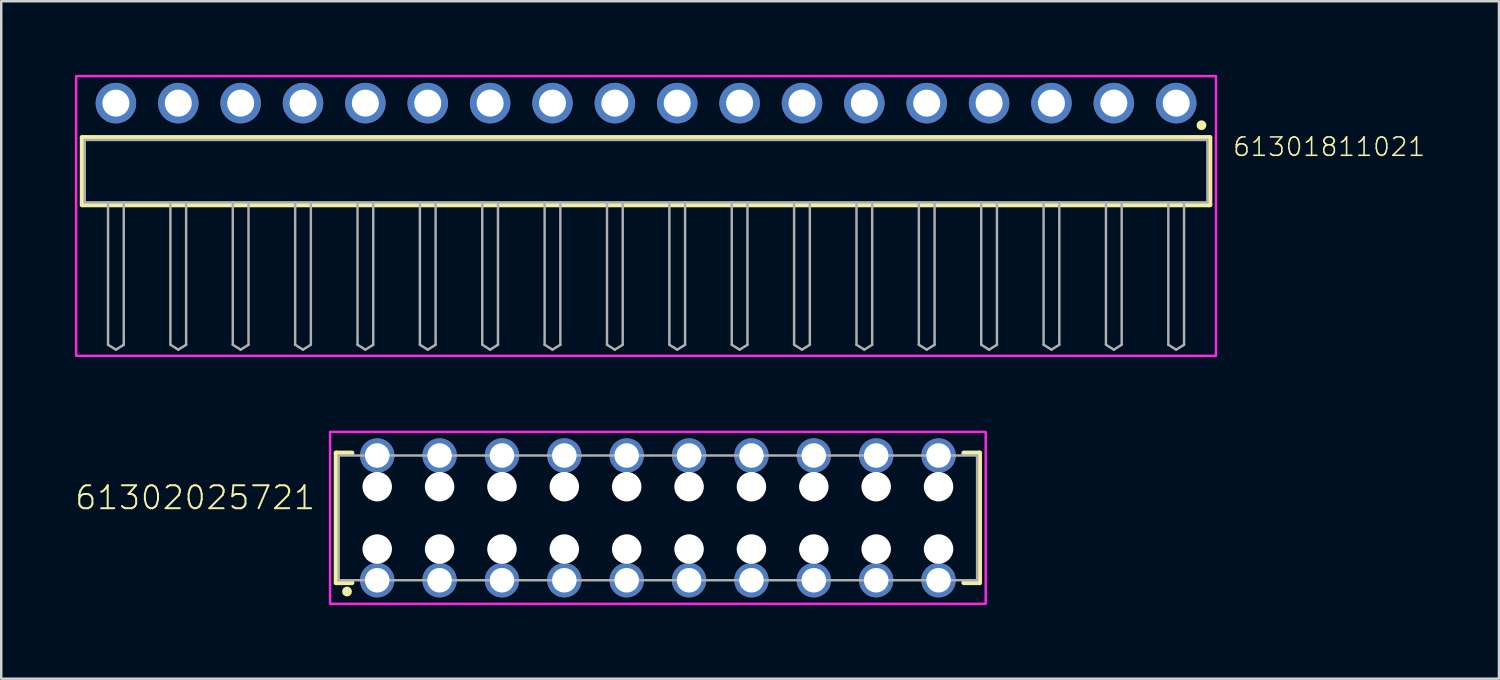
<source format=kicad_pcb>
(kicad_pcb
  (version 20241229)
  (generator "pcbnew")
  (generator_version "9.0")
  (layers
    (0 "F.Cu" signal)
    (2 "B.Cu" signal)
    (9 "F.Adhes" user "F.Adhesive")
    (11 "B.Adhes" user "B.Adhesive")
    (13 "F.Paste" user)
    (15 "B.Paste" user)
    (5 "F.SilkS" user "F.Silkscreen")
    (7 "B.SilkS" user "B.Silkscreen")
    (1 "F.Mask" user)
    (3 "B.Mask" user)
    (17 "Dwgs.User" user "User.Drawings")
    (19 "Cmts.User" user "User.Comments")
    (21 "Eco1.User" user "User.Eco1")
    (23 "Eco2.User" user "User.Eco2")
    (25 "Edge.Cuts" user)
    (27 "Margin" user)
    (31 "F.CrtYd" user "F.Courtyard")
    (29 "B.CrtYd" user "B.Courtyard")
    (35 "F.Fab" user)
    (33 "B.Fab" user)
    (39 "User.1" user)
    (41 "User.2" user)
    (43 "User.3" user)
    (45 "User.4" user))
  (footprint "61301811021"
    (layer "F.Cu")
    (at 23.26 3.92)
    (property "Reference" "61301811021" (at 23.855 -0.552 0) (unlocked yes) (layer "F.SilkS") (effects (font (size 0.748 0.748) (thickness 0.065)) (justify left bottom)))
    (fp_line (start -22.96 -1.37) (end 22.96 -1.37) (stroke (width 0.2) (type solid)) (layer "F.SilkS"))
    (fp_line (start -22.96 1.37) (end -22.96 -1.37) (stroke (width 0.2) (type solid)) (layer "F.SilkS"))
    (fp_line (start 22.96 -1.37) (end 22.96 1.37) (stroke (width 0.2) (type solid)) (layer "F.SilkS"))
    (fp_line (start 22.96 1.37) (end -22.96 1.37) (stroke (width 0.2) (type solid)) (layer "F.SilkS"))
    (fp_circle (center 22.62 -1.87) (end 22.72 -1.87) (stroke (width 0.2) (type solid)) (fill no) (layer "F.SilkS"))
    (fp_poly (pts (xy 23.21 7.52) (xy -23.21 7.52) (xy -23.21 -3.87) (xy 23.21 -3.87)) (stroke (width 0.1) (type default)) (fill no) (layer "F.CrtYd"))
    (fp_line (start -22.86 -1.27) (end 22.86 -1.27) (stroke (width 0.1) (type solid)) (layer "F.Fab"))
    (fp_line (start -22.86 1.27) (end -22.86 -1.27) (stroke (width 0.1) (type solid)) (layer "F.Fab"))
    (fp_line (start -21.91 1.27) (end -21.91 7.07) (stroke (width 0.1) (type solid)) (layer "F.Fab"))
    (fp_line (start -21.91 7.07) (end -21.59 7.27) (stroke (width 0.1) (type solid)) (layer "F.Fab"))
    (fp_line (start -21.59 7.27) (end -21.27 7.07) (stroke (width 0.1) (type solid)) (layer "F.Fab"))
    (fp_line (start -21.27 1.27) (end -21.27 7.07) (stroke (width 0.1) (type solid)) (layer "F.Fab"))
    (fp_line (start -19.37 1.27) (end -19.37 7.07) (stroke (width 0.1) (type solid)) (layer "F.Fab"))
    (fp_line (start -19.37 7.07) (end -19.05 7.27) (stroke (width 0.1) (type solid)) (layer "F.Fab"))
    (fp_line (start -19.05 7.27) (end -18.73 7.07) (stroke (width 0.1) (type solid)) (layer "F.Fab"))
    (fp_line (start -18.73 1.27) (end -18.73 7.07) (stroke (width 0.1) (type solid)) (layer "F.Fab"))
    (fp_line (start -16.83 1.27) (end -16.83 7.07) (stroke (width 0.1) (type solid)) (layer "F.Fab"))
    (fp_line (start -16.83 7.07) (end -16.51 7.27) (stroke (width 0.1) (type solid)) (layer "F.Fab"))
    (fp_line (start -16.51 7.27) (end -16.19 7.07) (stroke (width 0.1) (type solid)) (layer "F.Fab"))
    (fp_line (start -16.19 1.27) (end -16.19 7.07) (stroke (width 0.1) (type solid)) (layer "F.Fab"))
    (fp_line (start -14.29 1.27) (end -14.29 7.07) (stroke (width 0.1) (type solid)) (layer "F.Fab"))
    (fp_line (start -14.29 7.07) (end -13.97 7.27) (stroke (width 0.1) (type solid)) (layer "F.Fab"))
    (fp_line (start -13.97 7.27) (end -13.65 7.07) (stroke (width 0.1) (type solid)) (layer "F.Fab"))
    (fp_line (start -13.65 1.27) (end -13.65 7.07) (stroke (width 0.1) (type solid)) (layer "F.Fab"))
    (fp_line (start -11.75 1.27) (end -11.75 7.07) (stroke (width 0.1) (type solid)) (layer "F.Fab"))
    (fp_line (start -11.75 7.07) (end -11.43 7.27) (stroke (width 0.1) (type solid)) (layer "F.Fab"))
    (fp_line (start -11.43 7.27) (end -11.11 7.07) (stroke (width 0.1) (type solid)) (layer "F.Fab"))
    (fp_line (start -11.11 1.27) (end -11.11 7.07) (stroke (width 0.1) (type solid)) (layer "F.Fab"))
    (fp_line (start -9.21 1.27) (end -9.21 7.07) (stroke (width 0.1) (type solid)) (layer "F.Fab"))
    (fp_line (start -9.21 7.07) (end -8.89 7.27) (stroke (width 0.1) (type solid)) (layer "F.Fab"))
    (fp_line (start -8.89 7.27) (end -8.57 7.07) (stroke (width 0.1) (type solid)) (layer "F.Fab"))
    (fp_line (start -8.57 1.27) (end -8.57 7.07) (stroke (width 0.1) (type solid)) (layer "F.Fab"))
    (fp_line (start -6.67 1.27) (end -6.67 7.07) (stroke (width 0.1) (type solid)) (layer "F.Fab"))
    (fp_line (start -6.67 7.07) (end -6.35 7.27) (stroke (width 0.1) (type solid)) (layer "F.Fab"))
    (fp_line (start -6.35 7.27) (end -6.03 7.07) (stroke (width 0.1) (type solid)) (layer "F.Fab"))
    (fp_line (start -6.03 1.27) (end -6.03 7.07) (stroke (width 0.1) (type solid)) (layer "F.Fab"))
    (fp_line (start -4.13 1.27) (end -4.13 7.07) (stroke (width 0.1) (type solid)) (layer "F.Fab"))
    (fp_line (start -4.13 7.07) (end -3.81 7.27) (stroke (width 0.1) (type solid)) (layer "F.Fab"))
    (fp_line (start -3.81 7.27) (end -3.49 7.07) (stroke (width 0.1) (type solid)) (layer "F.Fab"))
    (fp_line (start -3.49 1.27) (end -3.49 7.07) (stroke (width 0.1) (type solid)) (layer "F.Fab"))
    (fp_line (start -1.59 1.27) (end -1.59 7.07) (stroke (width 0.1) (type solid)) (layer "F.Fab"))
    (fp_line (start -1.59 7.07) (end -1.27 7.27) (stroke (width 0.1) (type solid)) (layer "F.Fab"))
    (fp_line (start -1.27 7.27) (end -0.95 7.07) (stroke (width 0.1) (type solid)) (layer "F.Fab"))
    (fp_line (start -0.95 1.27) (end -0.95 7.07) (stroke (width 0.1) (type solid)) (layer "F.Fab"))
    (fp_line (start 0.95 1.27) (end 0.95 7.07) (stroke (width 0.1) (type solid)) (layer "F.Fab"))
    (fp_line (start 0.95 7.07) (end 1.27 7.27) (stroke (width 0.1) (type solid)) (layer "F.Fab"))
    (fp_line (start 1.27 7.27) (end 1.59 7.07) (stroke (width 0.1) (type solid)) (layer "F.Fab"))
    (fp_line (start 1.59 1.27) (end 1.59 7.07) (stroke (width 0.1) (type solid)) (layer "F.Fab"))
    (fp_line (start 3.49 1.27) (end 3.49 7.07) (stroke (width 0.1) (type solid)) (layer "F.Fab"))
    (fp_line (start 3.49 7.07) (end 3.81 7.27) (stroke (width 0.1) (type solid)) (layer "F.Fab"))
    (fp_line (start 3.81 7.27) (end 4.13 7.07) (stroke (width 0.1) (type solid)) (layer "F.Fab"))
    (fp_line (start 4.13 1.27) (end 4.13 7.07) (stroke (width 0.1) (type solid)) (layer "F.Fab"))
    (fp_line (start 6.03 1.27) (end 6.03 7.07) (stroke (width 0.1) (type solid)) (layer "F.Fab"))
    (fp_line (start 6.03 7.07) (end 6.35 7.27) (stroke (width 0.1) (type solid)) (layer "F.Fab"))
    (fp_line (start 6.35 7.27) (end 6.67 7.07) (stroke (width 0.1) (type solid)) (layer "F.Fab"))
    (fp_line (start 6.67 1.27) (end 6.67 7.07) (stroke (width 0.1) (type solid)) (layer "F.Fab"))
    (fp_line (start 8.57 1.27) (end 8.57 7.07) (stroke (width 0.1) (type solid)) (layer "F.Fab"))
    (fp_line (start 8.57 7.07) (end 8.89 7.27) (stroke (width 0.1) (type solid)) (layer "F.Fab"))
    (fp_line (start 8.89 7.27) (end 9.21 7.07) (stroke (width 0.1) (type solid)) (layer "F.Fab"))
    (fp_line (start 9.21 1.27) (end 9.21 7.07) (stroke (width 0.1) (type solid)) (layer "F.Fab"))
    (fp_line (start 11.11 1.27) (end 11.11 7.07) (stroke (width 0.1) (type solid)) (layer "F.Fab"))
    (fp_line (start 11.11 7.07) (end 11.43 7.27) (stroke (width 0.1) (type solid)) (layer "F.Fab"))
    (fp_line (start 11.43 7.27) (end 11.75 7.07) (stroke (width 0.1) (type solid)) (layer "F.Fab"))
    (fp_line (start 11.75 1.27) (end 11.75 7.07) (stroke (width 0.1) (type solid)) (layer "F.Fab"))
    (fp_line (start 13.65 1.27) (end 13.65 7.07) (stroke (width 0.1) (type solid)) (layer "F.Fab"))
    (fp_line (start 13.65 7.07) (end 13.97 7.27) (stroke (width 0.1) (type solid)) (layer "F.Fab"))
    (fp_line (start 13.97 7.27) (end 14.29 7.07) (stroke (width 0.1) (type solid)) (layer "F.Fab"))
    (fp_line (start 14.29 1.27) (end 14.29 7.07) (stroke (width 0.1) (type solid)) (layer "F.Fab"))
    (fp_line (start 16.19 1.27) (end 16.19 7.07) (stroke (width 0.1) (type solid)) (layer "F.Fab"))
    (fp_line (start 16.19 7.07) (end 16.51 7.27) (stroke (width 0.1) (type solid)) (layer "F.Fab"))
    (fp_line (start 16.51 7.27) (end 16.83 7.07) (stroke (width 0.1) (type solid)) (layer "F.Fab"))
    (fp_line (start 16.83 1.27) (end 16.83 7.07) (stroke (width 0.1) (type solid)) (layer "F.Fab"))
    (fp_line (start 18.73 1.27) (end -22.86 1.27) (stroke (width 0.1) (type solid)) (layer "F.Fab"))
    (fp_line (start 18.73 1.27) (end 18.73 7.07) (stroke (width 0.1) (type solid)) (layer "F.Fab"))
    (fp_line (start 18.73 7.07) (end 19.05 7.27) (stroke (width 0.1) (type solid)) (layer "F.Fab"))
    (fp_line (start 19.05 7.27) (end 19.37 7.07) (stroke (width 0.1) (type solid)) (layer "F.Fab"))
    (fp_line (start 19.37 1.27) (end 18.73 1.27) (stroke (width 0.1) (type solid)) (layer "F.Fab"))
    (fp_line (start 19.37 1.27) (end 19.37 7.07) (stroke (width 0.1) (type solid)) (layer "F.Fab"))
    (fp_line (start 21.27 1.27) (end 21.27 7.07) (stroke (width 0.1) (type solid)) (layer "F.Fab"))
    (fp_line (start 21.27 7.07) (end 21.59 7.27) (stroke (width 0.1) (type solid)) (layer "F.Fab"))
    (fp_line (start 21.59 7.27) (end 21.91 7.07) (stroke (width 0.1) (type solid)) (layer "F.Fab"))
    (fp_line (start 21.91 1.27) (end 21.91 7.07) (stroke (width 0.1) (type solid)) (layer "F.Fab"))
    (fp_line (start 22.86 -1.27) (end 22.86 1.27) (stroke (width 0.1) (type solid)) (layer "F.Fab"))
    (fp_line (start 22.86 1.27) (end 19.37 1.27) (stroke (width 0.1) (type solid)) (layer "F.Fab"))
    (pad "1" thru_hole circle (at 21.59 -2.77 180) (size 1.65 1.65) (drill 1.1) (layers "*.Cu" "*.Mask"))
    (pad "2" thru_hole circle (at 19.05 -2.77 180) (size 1.65 1.65) (drill 1.1) (layers "*.Cu" "*.Mask"))
    (pad "3" thru_hole circle (at 16.51 -2.77 180) (size 1.65 1.65) (drill 1.1) (layers "*.Cu" "*.Mask"))
    (pad "4" thru_hole circle (at 13.97 -2.77 180) (size 1.65 1.65) (drill 1.1) (layers "*.Cu" "*.Mask"))
    (pad "5" thru_hole circle (at 11.43 -2.77 180) (size 1.65 1.65) (drill 1.1) (layers "*.Cu" "*.Mask"))
    (pad "6" thru_hole circle (at 8.89 -2.77 180) (size 1.65 1.65) (drill 1.1) (layers "*.Cu" "*.Mask"))
    (pad "7" thru_hole circle (at 6.35 -2.77 180) (size 1.65 1.65) (drill 1.1) (layers "*.Cu" "*.Mask"))
    (pad "8" thru_hole circle (at 3.81 -2.77 180) (size 1.65 1.65) (drill 1.1) (layers "*.Cu" "*.Mask"))
    (pad "9" thru_hole circle (at 1.27 -2.77 180) (size 1.65 1.65) (drill 1.1) (layers "*.Cu" "*.Mask"))
    (pad "10" thru_hole circle (at -1.27 -2.77 180) (size 1.65 1.65) (drill 1.1) (layers "*.Cu" "*.Mask"))
    (pad "11" thru_hole circle (at -3.81 -2.77 180) (size 1.65 1.65) (drill 1.1) (layers "*.Cu" "*.Mask"))
    (pad "12" thru_hole circle (at -6.35 -2.77 180) (size 1.65 1.65) (drill 1.1) (layers "*.Cu" "*.Mask"))
    (pad "13" thru_hole circle (at -8.89 -2.77 180) (size 1.65 1.65) (drill 1.1) (layers "*.Cu" "*.Mask"))
    (pad "14" thru_hole circle (at -11.43 -2.77 180) (size 1.65 1.65) (drill 1.1) (layers "*.Cu" "*.Mask"))
    (pad "15" thru_hole circle (at -13.97 -2.77 180) (size 1.65 1.65) (drill 1.1) (layers "*.Cu" "*.Mask"))
    (pad "16" thru_hole circle (at -16.51 -2.77 180) (size 1.65 1.65) (drill 1.1) (layers "*.Cu" "*.Mask"))
    (pad "17" thru_hole circle (at -19.05 -2.77 180) (size 1.65 1.65) (drill 1.1) (layers "*.Cu" "*.Mask"))
    (pad "18" thru_hole circle (at -21.59 -2.77 180) (size 1.65 1.65) (drill 1.1) (layers "*.Cu" "*.Mask")))
  (footprint "61302025721"
    (layer "F.Cu")
    (at 23.742 18.04)
    (property "Reference" "61302025721" (at -13.893 -0.274 0) (unlocked yes) (layer "F.SilkS") (effects (font (size 0.935 0.935) (thickness 0.081)) (justify right bottom)))
    (fp_line (start -13.1 -2.64) (end -13.1 2.64) (stroke (width 0.2) (type solid)) (layer "F.SilkS"))
    (fp_line (start -13.1 2.64) (end -12.46 2.64) (stroke (width 0.2) (type solid)) (layer "F.SilkS"))
    (fp_line (start -12.46 -2.64) (end -13.1 -2.64) (stroke (width 0.2) (type solid)) (layer "F.SilkS"))
    (fp_line (start 12.46 2.64) (end 13.1 2.64) (stroke (width 0.2) (type solid)) (layer "F.SilkS"))
    (fp_line (start 13.1 -2.64) (end 12.46 -2.64) (stroke (width 0.2) (type solid)) (layer "F.SilkS"))
    (fp_line (start 13.1 2.64) (end 13.1 -2.64) (stroke (width 0.2) (type solid)) (layer "F.SilkS"))
    (fp_circle (center -12.66 3) (end -12.56 3) (stroke (width 0.2) (type solid)) (fill no) (layer "F.SilkS"))
    (fp_poly (pts (xy 13.35 3.5) (xy -13.35 3.5) (xy -13.35 -3.5) (xy 13.35 -3.5)) (stroke (width 0.1) (type default)) (fill no) (layer "F.CrtYd"))
    (fp_line (start -13 -2.54) (end 13 -2.54) (stroke (width 0.1) (type solid)) (layer "F.Fab"))
    (fp_line (start -13 2.54) (end -13 -2.54) (stroke (width 0.1) (type solid)) (layer "F.Fab"))
    (fp_line (start 13 -2.54) (end 13 2.54) (stroke (width 0.1) (type solid)) (layer "F.Fab"))
    (fp_line (start 13 2.54) (end -13 2.54) (stroke (width 0.1) (type solid)) (layer "F.Fab"))
    (pad "" np_thru_hole circle (at -11.43 -1.27) (size 1.2 1.2) (drill 1.2) (layers "*.Cu" "*.Mask"))
    (pad "" np_thru_hole circle (at -11.43 1.27) (size 1.2 1.2) (drill 1.2) (layers "*.Cu" "*.Mask"))
    (pad "" np_thru_hole circle (at -8.89 -1.27) (size 1.2 1.2) (drill 1.2) (layers "*.Cu" "*.Mask"))
    (pad "" np_thru_hole circle (at -8.89 1.27) (size 1.2 1.2) (drill 1.2) (layers "*.Cu" "*.Mask"))
    (pad "" np_thru_hole circle (at -6.35 -1.27) (size 1.2 1.2) (drill 1.2) (layers "*.Cu" "*.Mask"))
    (pad "" np_thru_hole circle (at -6.35 1.27) (size 1.2 1.2) (drill 1.2) (layers "*.Cu" "*.Mask"))
    (pad "" np_thru_hole circle (at -3.81 -1.27) (size 1.2 1.2) (drill 1.2) (layers "*.Cu" "*.Mask"))
    (pad "" np_thru_hole circle (at -3.81 1.27) (size 1.2 1.2) (drill 1.2) (layers "*.Cu" "*.Mask"))
    (pad "" np_thru_hole circle (at -1.27 -1.27) (size 1.2 1.2) (drill 1.2) (layers "*.Cu" "*.Mask"))
    (pad "" np_thru_hole circle (at -1.27 1.27) (size 1.2 1.2) (drill 1.2) (layers "*.Cu" "*.Mask"))
    (pad "" np_thru_hole circle (at 1.27 -1.27) (size 1.2 1.2) (drill 1.2) (layers "*.Cu" "*.Mask"))
    (pad "" np_thru_hole circle (at 1.27 1.27) (size 1.2 1.2) (drill 1.2) (layers "*.Cu" "*.Mask"))
    (pad "" np_thru_hole circle (at 3.81 -1.27) (size 1.2 1.2) (drill 1.2) (layers "*.Cu" "*.Mask"))
    (pad "" np_thru_hole circle (at 3.81 1.27) (size 1.2 1.2) (drill 1.2) (layers "*.Cu" "*.Mask"))
    (pad "" np_thru_hole circle (at 6.35 -1.27) (size 1.2 1.2) (drill 1.2) (layers "*.Cu" "*.Mask"))
    (pad "" np_thru_hole circle (at 6.35 1.27) (size 1.2 1.2) (drill 1.2) (layers "*.Cu" "*.Mask"))
    (pad "" np_thru_hole circle (at 8.89 -1.27) (size 1.2 1.2) (drill 1.2) (layers "*.Cu" "*.Mask"))
    (pad "" np_thru_hole circle (at 8.89 1.27) (size 1.2 1.2) (drill 1.2) (layers "*.Cu" "*.Mask"))
    (pad "" np_thru_hole circle (at 11.43 -1.27) (size 1.2 1.2) (drill 1.2) (layers "*.Cu" "*.Mask"))
    (pad "" np_thru_hole circle (at 11.43 1.27) (size 1.2 1.2) (drill 1.2) (layers "*.Cu" "*.Mask"))
    (pad "1" thru_hole circle (at -11.43 2.54) (size 1.4 1.4) (drill 1) (layers "*.Cu" "*.Mask"))
    (pad "2" thru_hole circle (at -11.43 -2.54) (size 1.4 1.4) (drill 1) (layers "*.Cu" "*.Mask"))
    (pad "3" thru_hole circle (at -8.89 2.54) (size 1.4 1.4) (drill 1) (layers "*.Cu" "*.Mask"))
    (pad "4" thru_hole circle (at -8.89 -2.54) (size 1.4 1.4) (drill 1) (layers "*.Cu" "*.Mask"))
    (pad "5" thru_hole circle (at -6.35 2.54) (size 1.4 1.4) (drill 1) (layers "*.Cu" "*.Mask"))
    (pad "6" thru_hole circle (at -6.35 -2.54) (size 1.4 1.4) (drill 1) (layers "*.Cu" "*.Mask"))
    (pad "7" thru_hole circle (at -3.81 2.54) (size 1.4 1.4) (drill 1) (layers "*.Cu" "*.Mask"))
    (pad "8" thru_hole circle (at -3.81 -2.54) (size 1.4 1.4) (drill 1) (layers "*.Cu" "*.Mask"))
    (pad "9" thru_hole circle (at -1.27 2.54) (size 1.4 1.4) (drill 1) (layers "*.Cu" "*.Mask"))
    (pad "10" thru_hole circle (at -1.27 -2.54) (size 1.4 1.4) (drill 1) (layers "*.Cu" "*.Mask"))
    (pad "11" thru_hole circle (at 1.27 2.54) (size 1.4 1.4) (drill 1) (layers "*.Cu" "*.Mask"))
    (pad "12" thru_hole circle (at 1.27 -2.54) (size 1.4 1.4) (drill 1) (layers "*.Cu" "*.Mask"))
    (pad "13" thru_hole circle (at 3.81 2.54) (size 1.4 1.4) (drill 1) (layers "*.Cu" "*.Mask"))
    (pad "14" thru_hole circle (at 3.81 -2.54) (size 1.4 1.4) (drill 1) (layers "*.Cu" "*.Mask"))
    (pad "15" thru_hole circle (at 6.35 2.54) (size 1.4 1.4) (drill 1) (layers "*.Cu" "*.Mask"))
    (pad "16" thru_hole circle (at 6.35 -2.54) (size 1.4 1.4) (drill 1) (layers "*.Cu" "*.Mask"))
    (pad "17" thru_hole circle (at 8.89 2.54) (size 1.4 1.4) (drill 1) (layers "*.Cu" "*.Mask"))
    (pad "18" thru_hole circle (at 8.89 -2.54) (size 1.4 1.4) (drill 1) (layers "*.Cu" "*.Mask"))
    (pad "19" thru_hole circle (at 11.43 2.54) (size 1.4 1.4) (drill 1) (layers "*.Cu" "*.Mask"))
    (pad "20" thru_hole circle (at 11.43 -2.54) (size 1.4 1.4) (drill 1) (layers "*.Cu" "*.Mask")))
  (gr_rect
    (start -3 -3)
    (end 57.994 24.59)
    (stroke (width 0.1) (type default))
    (fill no)
    (layer "Edge.Cuts")))
</source>
